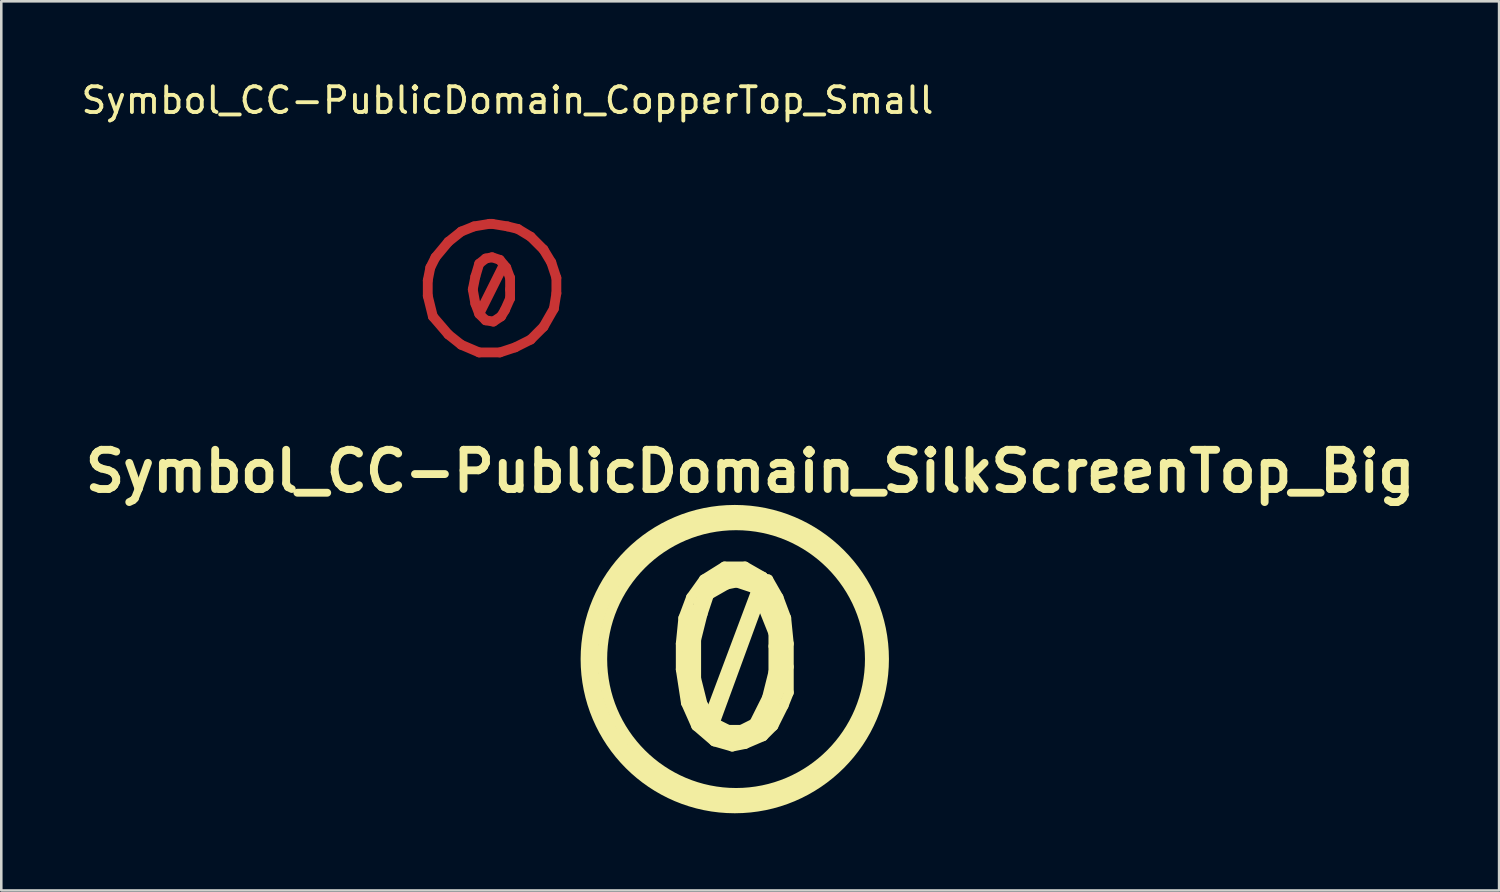
<source format=kicad_pcb>
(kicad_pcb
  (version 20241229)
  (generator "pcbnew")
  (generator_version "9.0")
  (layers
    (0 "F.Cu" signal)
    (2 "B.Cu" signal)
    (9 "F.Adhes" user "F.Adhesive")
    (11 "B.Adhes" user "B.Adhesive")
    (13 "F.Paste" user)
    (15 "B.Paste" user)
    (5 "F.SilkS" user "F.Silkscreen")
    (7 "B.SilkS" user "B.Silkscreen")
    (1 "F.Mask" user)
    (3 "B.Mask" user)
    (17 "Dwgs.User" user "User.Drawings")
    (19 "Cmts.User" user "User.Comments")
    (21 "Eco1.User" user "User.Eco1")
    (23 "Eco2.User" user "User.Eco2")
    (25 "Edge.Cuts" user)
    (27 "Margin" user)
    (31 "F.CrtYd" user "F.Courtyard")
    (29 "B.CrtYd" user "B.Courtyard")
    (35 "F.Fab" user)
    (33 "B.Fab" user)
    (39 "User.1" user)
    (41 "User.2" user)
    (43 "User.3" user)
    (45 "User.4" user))
  (footprint "Symbol_CC-PublicDomain_SilkScreenTop_Big"
    (layer "F.Cu")
    (at 25.505 22.564)
    (property "Reference" "Symbol_CC-PublicDomain_SilkScreenTop_Big" (at 0.599 -7.3 0) (layer "F.SilkS") (effects (font (size 1.524 1.524) (thickness 0.305))))
    (attr through_hole)
    (fp_line (start -2.1 -0.6) (end -2 -1.6) (stroke (width 0.381) (type solid)) (layer "F.SilkS"))
    (fp_line (start -2.1 0.4) (end -2.1 -0.6) (stroke (width 0.381) (type solid)) (layer "F.SilkS"))
    (fp_line (start -2 -1.6) (end -1.7 -2.4) (stroke (width 0.381) (type solid)) (layer "F.SilkS"))
    (fp_line (start -1.9 0.6) (end -1.7 -1.9) (stroke (width 0.381) (type solid)) (layer "F.SilkS"))
    (fp_line (start -1.9 1.7) (end -2.1 0.4) (stroke (width 0.381) (type solid)) (layer "F.SilkS"))
    (fp_line (start -1.8 -0.7) (end -1.4 -2.2) (stroke (width 0.381) (type solid)) (layer "F.SilkS"))
    (fp_line (start -1.8 1.2) (end -1.6 1.9) (stroke (width 0.381) (type solid)) (layer "F.SilkS"))
    (fp_line (start -1.7 -2.4) (end -1.2 -3.1) (stroke (width 0.381) (type solid)) (layer "F.SilkS"))
    (fp_line (start -1.7 1) (end -1.8 -0.7) (stroke (width 0.381) (type solid)) (layer "F.SilkS"))
    (fp_line (start -1.6 1.9) (end -1.2 2.5) (stroke (width 0.381) (type solid)) (layer "F.SilkS"))
    (fp_line (start -1.5 -0.75) (end -1.25 -1.75) (stroke (width 0.381) (type solid)) (layer "F.SilkS"))
    (fp_line (start -1.5 0.75) (end -1.5 -0.75) (stroke (width 0.381) (type solid)) (layer "F.SilkS"))
    (fp_line (start -1.5 2.6) (end -1.9 1.7) (stroke (width 0.381) (type solid)) (layer "F.SilkS"))
    (fp_line (start -1.4 -2.2) (end -1 -2.9) (stroke (width 0.381) (type solid)) (layer "F.SilkS"))
    (fp_line (start -1.3 2.3) (end -1.7 1) (stroke (width 0.381) (type solid)) (layer "F.SilkS"))
    (fp_line (start -1.25 -1.75) (end -1 -2.5) (stroke (width 0.381) (type solid)) (layer "F.SilkS"))
    (fp_line (start -1.25 1.75) (end -1.5 0.75) (stroke (width 0.381) (type solid)) (layer "F.SilkS"))
    (fp_line (start -1.2 -3.1) (end -0.4 -3.6) (stroke (width 0.381) (type solid)) (layer "F.SilkS"))
    (fp_line (start -1.1 2.5) (end 1 -3.1) (stroke (width 0.381) (type solid)) (layer "F.SilkS"))
    (fp_line (start -1.1 2.7) (end -1.9 0.6) (stroke (width 0.381) (type solid)) (layer "F.SilkS"))
    (fp_line (start -1 -2.9) (end -0.2 -3.3) (stroke (width 0.381) (type solid)) (layer "F.SilkS"))
    (fp_line (start -1 -2.5) (end -0.3 -2.9) (stroke (width 0.381) (type solid)) (layer "F.SilkS"))
    (fp_line (start -0.95 2.95) (end -1.1 2.5) (stroke (width 0.381) (type solid)) (layer "F.SilkS"))
    (fp_line (start -0.8 3.2) (end -1.5 2.6) (stroke (width 0.381) (type solid)) (layer "F.SilkS"))
    (fp_line (start -0.75 2.5) (end -1.25 1.75) (stroke (width 0.381) (type solid)) (layer "F.SilkS"))
    (fp_line (start -0.5 3.2) (end -1.1 2.7) (stroke (width 0.381) (type solid)) (layer "F.SilkS"))
    (fp_line (start -0.4 -3.6) (end 0.4 -3.6) (stroke (width 0.381) (type solid)) (layer "F.SilkS"))
    (fp_line (start -0.4 3) (end -1.3 2.3) (stroke (width 0.381) (type solid)) (layer "F.SilkS"))
    (fp_line (start -0.3 -2.9) (end 0.2 -3) (stroke (width 0.381) (type solid)) (layer "F.SilkS"))
    (fp_line (start -0.25 2.75) (end -0.75 2.5) (stroke (width 0.381) (type solid)) (layer "F.SilkS"))
    (fp_line (start -0.2 -3.3) (end 0.7 -3.2) (stroke (width 0.381) (type solid)) (layer "F.SilkS"))
    (fp_line (start -0.1 3.4) (end -0.8 3.2) (stroke (width 0.381) (type solid)) (layer "F.SilkS"))
    (fp_line (start 0 -3) (end 0.75 -2.75) (stroke (width 0.381) (type solid)) (layer "F.SilkS"))
    (fp_line (start 0.2 -3) (end 0.8 -3) (stroke (width 0.381) (type solid)) (layer "F.SilkS"))
    (fp_line (start 0.2 3.2) (end -0.5 3.2) (stroke (width 0.381) (type solid)) (layer "F.SilkS"))
    (fp_line (start 0.25 2.75) (end -0.25 2.75) (stroke (width 0.381) (type solid)) (layer "F.SilkS"))
    (fp_line (start 0.4 -3.6) (end 1.1 -3.2) (stroke (width 0.381) (type solid)) (layer "F.SilkS"))
    (fp_line (start 0.4 3.3) (end -0.1 3.4) (stroke (width 0.381) (type solid)) (layer "F.SilkS"))
    (fp_line (start 0.5 3) (end -0.4 3) (stroke (width 0.381) (type solid)) (layer "F.SilkS"))
    (fp_line (start 0.7 -3.2) (end 1.3 -3.1) (stroke (width 0.381) (type solid)) (layer "F.SilkS"))
    (fp_line (start 0.75 -2.75) (end 1 -2.25) (stroke (width 0.381) (type solid)) (layer "F.SilkS"))
    (fp_line (start 0.75 2.5) (end 0.25 2.75) (stroke (width 0.381) (type solid)) (layer "F.SilkS"))
    (fp_line (start 0.8 -3) (end 1.4 -2.3) (stroke (width 0.381) (type solid)) (layer "F.SilkS"))
    (fp_line (start 1 -2.25) (end 1.5 -1) (stroke (width 0.381) (type solid)) (layer "F.SilkS"))
    (fp_line (start 1 2.7) (end 0.5 3) (stroke (width 0.381) (type solid)) (layer "F.SilkS"))
    (fp_line (start 1.1 -3.2) (end 1.1 -2.9) (stroke (width 0.381) (type solid)) (layer "F.SilkS"))
    (fp_line (start 1.1 -2.9) (end 1.8 -1.5) (stroke (width 0.381) (type solid)) (layer "F.SilkS"))
    (fp_line (start 1.1 -2.65) (end -0.95 2.95) (stroke (width 0.381) (type solid)) (layer "F.SilkS"))
    (fp_line (start 1.1 -2.5) (end 1.4 -1.9) (stroke (width 0.381) (type solid)) (layer "F.SilkS"))
    (fp_line (start 1.1 3) (end 0.4 3.3) (stroke (width 0.381) (type solid)) (layer "F.SilkS"))
    (fp_line (start 1.2 2.6) (end 0.2 3.2) (stroke (width 0.381) (type solid)) (layer "F.SilkS"))
    (fp_line (start 1.25 1.5) (end 0.75 2.5) (stroke (width 0.381) (type solid)) (layer "F.SilkS"))
    (fp_line (start 1.3 -3.1) (end 1.7 -2.4) (stroke (width 0.381) (type solid)) (layer "F.SilkS"))
    (fp_line (start 1.4 -2.3) (end 1.6 -1.4) (stroke (width 0.381) (type solid)) (layer "F.SilkS"))
    (fp_line (start 1.4 1.8) (end 1 2.7) (stroke (width 0.381) (type solid)) (layer "F.SilkS"))
    (fp_line (start 1.5 -1) (end 1.5 -0.5) (stroke (width 0.381) (type solid)) (layer "F.SilkS"))
    (fp_line (start 1.5 -0.5) (end 1.5 0.5) (stroke (width 0.381) (type solid)) (layer "F.SilkS"))
    (fp_line (start 1.5 0.5) (end 1.25 1.5) (stroke (width 0.381) (type solid)) (layer "F.SilkS"))
    (fp_line (start 1.5 2.6) (end 1.1 3) (stroke (width 0.381) (type solid)) (layer "F.SilkS"))
    (fp_line (start 1.6 -1.4) (end 1.7 -0.3) (stroke (width 0.381) (type solid)) (layer "F.SilkS"))
    (fp_line (start 1.7 -2.4) (end 2 -1.6) (stroke (width 0.381) (type solid)) (layer "F.SilkS"))
    (fp_line (start 1.7 -0.3) (end 1.7 0.9) (stroke (width 0.381) (type solid)) (layer "F.SilkS"))
    (fp_line (start 1.7 0.9) (end 1.4 1.8) (stroke (width 0.381) (type solid)) (layer "F.SilkS"))
    (fp_line (start 1.8 -1.5) (end 1.8 -0.4) (stroke (width 0.381) (type solid)) (layer "F.SilkS"))
    (fp_line (start 1.8 -0.4) (end 1.8 1.1) (stroke (width 0.381) (type solid)) (layer "F.SilkS"))
    (fp_line (start 1.8 1.1) (end 1.2 2.6) (stroke (width 0.381) (type solid)) (layer "F.SilkS"))
    (fp_line (start 1.9 1.8) (end 1.5 2.6) (stroke (width 0.381) (type solid)) (layer "F.SilkS"))
    (fp_line (start 2 -1.6) (end 2.1 -0.6) (stroke (width 0.381) (type solid)) (layer "F.SilkS"))
    (fp_line (start 2.1 -0.6) (end 2.1 0.3) (stroke (width 0.381) (type solid)) (layer "F.SilkS"))
    (fp_line (start 2.1 0.3) (end 2.1 1.3) (stroke (width 0.381) (type solid)) (layer "F.SilkS"))
    (fp_line (start 2.1 1.3) (end 1.9 1.8) (stroke (width 0.381) (type solid)) (layer "F.SilkS"))
    (fp_circle (center 0 0) (end 5.5 0) (stroke (width 0.381) (type solid)) (fill no) (layer "F.SilkS"))
    (fp_circle (center 0 0) (end 5.8 -0.05) (stroke (width 0.381) (type solid)) (fill no) (layer "F.SilkS"))
    (fp_circle (center 0.05 0) (end 5.25 0) (stroke (width 0.381) (type solid)) (fill no) (layer "F.SilkS")))
  (footprint "Symbol_CC-PublicDomain_CopperTop_Small"
    (layer "F.Cu")
    (at 16.073 8.148)
    (property "Reference" "Symbol_CC-PublicDomain_CopperTop_Small" (at 0.599 -7.3 0) (layer "F.SilkS") (effects (font (size 1 1) (thickness 0.15))))
    (attr through_hole)
    (fp_line (start -2.499 -0.3) (end -2.499 0.3) (stroke (width 0.381) (type solid)) (layer "F.Cu"))
    (fp_line (start -2.499 0.3) (end -2.301 1.1) (stroke (width 0.381) (type solid)) (layer "F.Cu"))
    (fp_line (start -2.4 -0.8) (end -2.499 -0.3) (stroke (width 0.381) (type solid)) (layer "F.Cu"))
    (fp_line (start -2.301 1.1) (end -1.699 1.801) (stroke (width 0.381) (type solid)) (layer "F.Cu"))
    (fp_line (start -2.2 -1.199) (end -2.4 -0.8) (stroke (width 0.381) (type solid)) (layer "F.Cu"))
    (fp_line (start -1.699 -1.801) (end -2.2 -1.199) (stroke (width 0.381) (type solid)) (layer "F.Cu"))
    (fp_line (start -1.699 1.801) (end -1.199 2.2) (stroke (width 0.381) (type solid)) (layer "F.Cu"))
    (fp_line (start -1.199 -2.2) (end -1.699 -1.801) (stroke (width 0.381) (type solid)) (layer "F.Cu"))
    (fp_line (start -1.199 2.2) (end -0.5 2.499) (stroke (width 0.381) (type solid)) (layer "F.Cu"))
    (fp_line (start -0.75 0.05) (end -0.65 -0.45) (stroke (width 0.381) (type solid)) (layer "F.Cu"))
    (fp_line (start -0.701 -2.4) (end -1.199 -2.2) (stroke (width 0.381) (type solid)) (layer "F.Cu"))
    (fp_line (start -0.65 -0.45) (end -0.5 -0.95) (stroke (width 0.381) (type solid)) (layer "F.Cu"))
    (fp_line (start -0.65 0.6) (end -0.75 0.05) (stroke (width 0.381) (type solid)) (layer "F.Cu"))
    (fp_line (start -0.5 2.499) (end 0.3 2.499) (stroke (width 0.381) (type solid)) (layer "F.Cu"))
    (fp_line (start -0.5 -0.95) (end -0.25 -1.15) (stroke (width 0.381) (type solid)) (layer "F.Cu"))
    (fp_line (start -0.5 1) (end -0.65 0.6) (stroke (width 0.381) (type solid)) (layer "F.Cu"))
    (fp_line (start -0.25 -1.15) (end 0 -1.2) (stroke (width 0.381) (type solid)) (layer "F.Cu"))
    (fp_line (start -0.25 1.25) (end -0.5 1) (stroke (width 0.381) (type solid)) (layer "F.Cu"))
    (fp_line (start -0.099 -2.499) (end -0.701 -2.4) (stroke (width 0.381) (type solid)) (layer "F.Cu"))
    (fp_line (start 0 -2.499) (end -0.099 -2.499) (stroke (width 0.381) (type solid)) (layer "F.Cu"))
    (fp_line (start 0 -1.2) (end 0.3 -1.1) (stroke (width 0.381) (type solid)) (layer "F.Cu"))
    (fp_line (start 0.05 1.3) (end -0.25 1.25) (stroke (width 0.381) (type solid)) (layer "F.Cu"))
    (fp_line (start 0.3 2.499) (end 0.899 2.301) (stroke (width 0.381) (type solid)) (layer "F.Cu"))
    (fp_line (start 0.3 -1.1) (end 0.55 -0.8) (stroke (width 0.381) (type solid)) (layer "F.Cu"))
    (fp_line (start 0.35 1.1) (end 0.05 1.3) (stroke (width 0.381) (type solid)) (layer "F.Cu"))
    (fp_line (start 0.45 -0.9) (end -0.45 0.9) (stroke (width 0.381) (type solid)) (layer "F.Cu"))
    (fp_line (start 0.5 0.85) (end 0.35 1.1) (stroke (width 0.381) (type solid)) (layer "F.Cu"))
    (fp_line (start 0.55 -0.8) (end 0.7 -0.4) (stroke (width 0.381) (type solid)) (layer "F.Cu"))
    (fp_line (start 0.599 -2.4) (end 0 -2.499) (stroke (width 0.381) (type solid)) (layer "F.Cu"))
    (fp_line (start 0.7 -0.4) (end 0.7 0.05) (stroke (width 0.381) (type solid)) (layer "F.Cu"))
    (fp_line (start 0.7 0.05) (end 0.7 0.4) (stroke (width 0.381) (type solid)) (layer "F.Cu"))
    (fp_line (start 0.7 0.4) (end 0.5 0.85) (stroke (width 0.381) (type solid)) (layer "F.Cu"))
    (fp_line (start 0.899 2.301) (end 1.501 1.999) (stroke (width 0.381) (type solid)) (layer "F.Cu"))
    (fp_line (start 1.001 -2.301) (end 0.599 -2.4) (stroke (width 0.381) (type solid)) (layer "F.Cu"))
    (fp_line (start 1.501 -1.999) (end 1.001 -2.301) (stroke (width 0.381) (type solid)) (layer "F.Cu"))
    (fp_line (start 1.501 1.999) (end 1.999 1.501) (stroke (width 0.381) (type solid)) (layer "F.Cu"))
    (fp_line (start 1.999 -1.501) (end 1.501 -1.999) (stroke (width 0.381) (type solid)) (layer "F.Cu"))
    (fp_line (start 1.999 1.501) (end 2.4 0.8) (stroke (width 0.381) (type solid)) (layer "F.Cu"))
    (fp_line (start 2.301 -1.001) (end 1.999 -1.501) (stroke (width 0.381) (type solid)) (layer "F.Cu"))
    (fp_line (start 2.4 0.8) (end 2.499 0.201) (stroke (width 0.381) (type solid)) (layer "F.Cu"))
    (fp_line (start 2.499 -0.399) (end 2.301 -1.001) (stroke (width 0.381) (type solid)) (layer "F.Cu"))
    (fp_line (start 2.499 0.201) (end 2.499 -0.399) (stroke (width 0.381) (type solid)) (layer "F.Cu")))
  (gr_rect
    (start -3 -3)
    (end 55.208 31.555)
    (stroke (width 0.1) (type default))
    (fill no)
    (layer "Edge.Cuts")))
</source>
